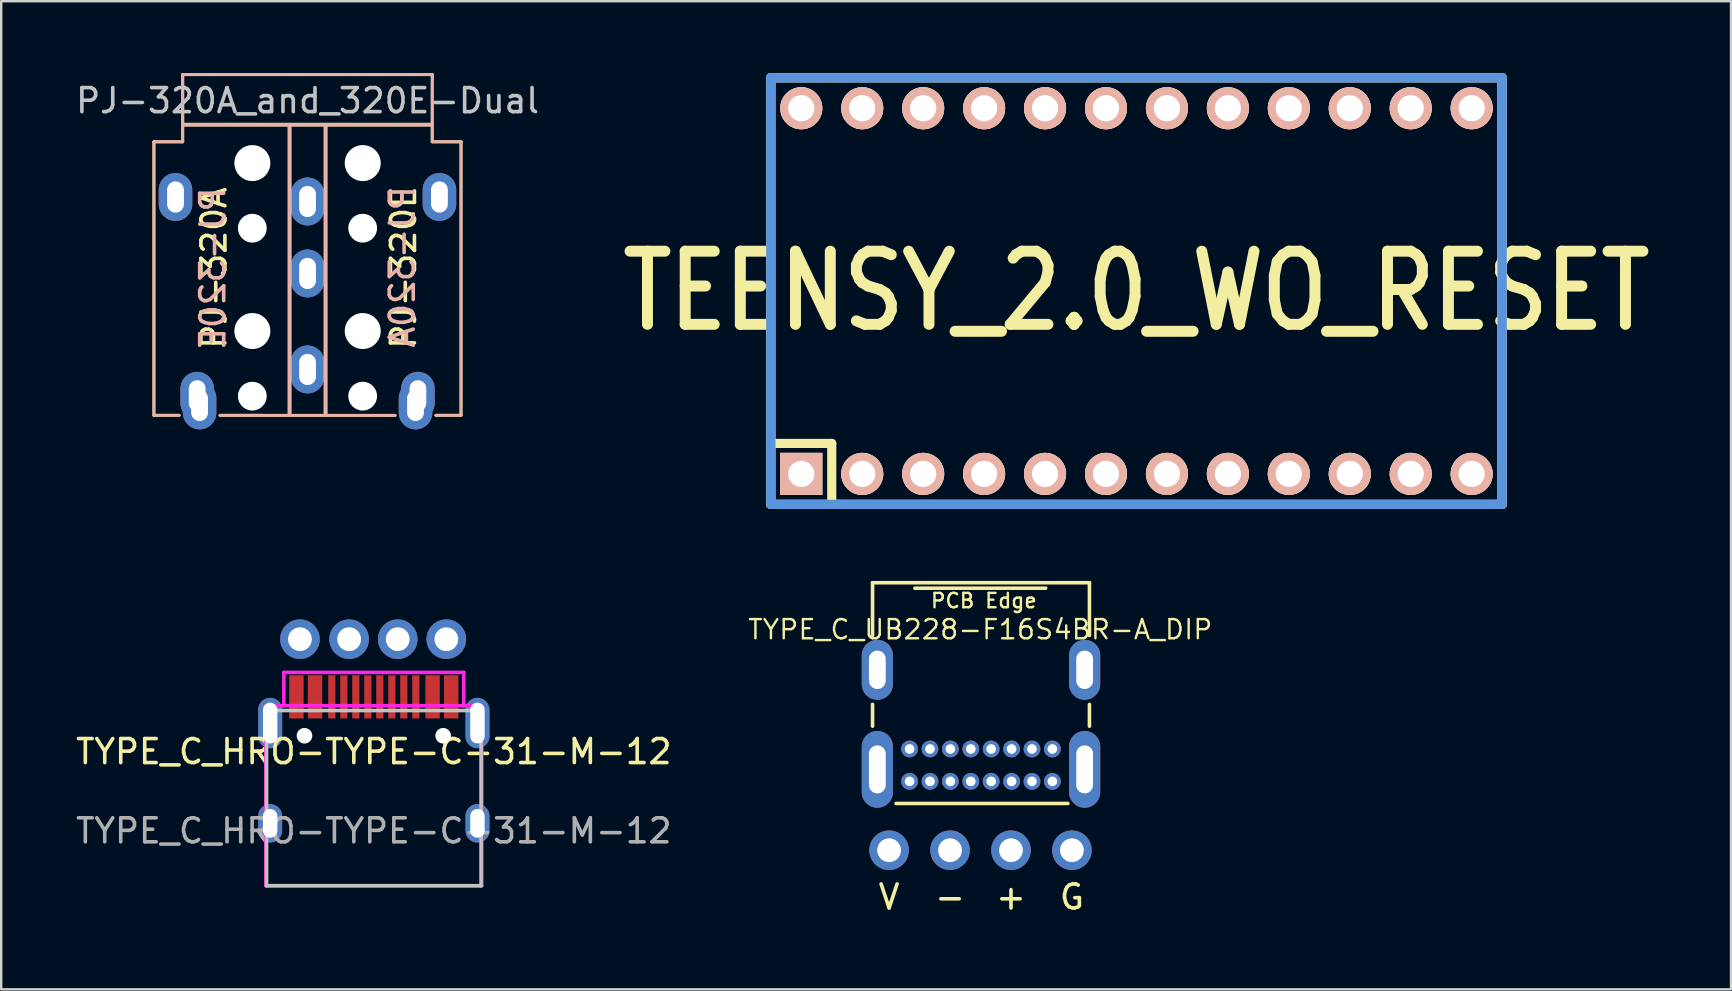
<source format=kicad_pcb>
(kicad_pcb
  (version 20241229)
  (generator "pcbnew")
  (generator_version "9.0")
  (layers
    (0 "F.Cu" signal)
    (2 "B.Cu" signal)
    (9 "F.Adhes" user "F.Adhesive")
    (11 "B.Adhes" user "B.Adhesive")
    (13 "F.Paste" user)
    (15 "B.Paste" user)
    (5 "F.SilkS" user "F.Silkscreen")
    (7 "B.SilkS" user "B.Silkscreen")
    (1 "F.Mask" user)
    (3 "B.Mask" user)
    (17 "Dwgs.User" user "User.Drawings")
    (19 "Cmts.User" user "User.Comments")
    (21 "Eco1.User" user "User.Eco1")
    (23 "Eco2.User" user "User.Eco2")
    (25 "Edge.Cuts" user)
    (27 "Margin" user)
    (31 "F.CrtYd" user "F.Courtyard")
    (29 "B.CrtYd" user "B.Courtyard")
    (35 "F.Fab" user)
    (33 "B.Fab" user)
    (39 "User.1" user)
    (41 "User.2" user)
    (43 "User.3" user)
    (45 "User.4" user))
  (footprint "TYPE_C_UB228-F16S4BR-A_DIP"
    (layer "F.Cu")
    (at 37.806 24.836)
    (property "Reference" "TYPE_C_UB228-F16S4BR-A_DIP" (at 0 -1.65 0) (layer "F.SilkS") (effects (font (size 0.8 0.8) (thickness 0.1))))
    (attr through_hole)
    (fp_line (start -4.49 -3.6) (end -4.49 -1.4) (stroke (width 0.15) (type solid)) (layer "F.SilkS"))
    (fp_line (start -4.49 1.47) (end -4.49 2.38) (stroke (width 0.15) (type solid)) (layer "F.SilkS"))
    (fp_line (start -2.725 -3.37) (end 2.725 -3.37) (stroke (width 0.15) (type solid)) (layer "F.SilkS"))
    (fp_line (start 3.65 5.6) (end -3.51 5.6) (stroke (width 0.15) (type solid)) (layer "F.SilkS"))
    (fp_line (start 4.55 -3.6) (end -4.49 -3.6) (stroke (width 0.15) (type solid)) (layer "F.SilkS"))
    (fp_line (start 4.55 -3.6) (end 4.55 -1.4) (stroke (width 0.15) (type solid)) (layer "F.SilkS"))
    (fp_line (start 4.55 1.47) (end 4.55 2.38) (stroke (width 0.15) (type solid)) (layer "F.SilkS"))
    (fp_text user "V" (at -3.8 9.5 0) (layer "F.SilkS") (effects (font (size 1 1) (thickness 0.15))))
    (fp_text user "G" (at 3.82 9.5 0) (layer "F.SilkS") (effects (font (size 1 1) (thickness 0.15))))
    (fp_text user "PCB Edge" (at 0.15 -2.85 0) (layer "F.SilkS") (effects (font (size 0.6 0.6) (thickness 0.1))))
    (fp_text user "+" (at 1.28 9.5 0) (layer "F.SilkS") (effects (font (size 1 1) (thickness 0.15))))
    (fp_text user "-" (at -1.26 9.5 0) (layer "F.SilkS") (effects (font (size 1 1) (thickness 0.15))))
    (pad "A1" thru_hole circle (at 3.005 4.68) (size 0.7 0.7) (drill 0.4) (layers "*.Cu" "*.Mask"))
    (pad "A1" thru_hole circle (at 3.82 7.55) (size 1.651 1.651) (drill 0.991) (layers "*.Cu" "*.Mask"))
    (pad "A4" thru_hole circle (at 2.155 4.68) (size 0.7 0.7) (drill 0.4) (layers "*.Cu" "*.Mask"))
    (pad "A5" thru_hole circle (at 1.305 4.68) (size 0.7 0.7) (drill 0.4) (layers "*.Cu" "*.Mask"))
    (pad "A6" thru_hole circle (at 0.455 4.68) (size 0.7 0.7) (drill 0.4) (layers "*.Cu" "*.Mask"))
    (pad "A6" thru_hole circle (at 1.28 7.55) (size 1.651 1.651) (drill 0.991) (layers "*.Cu" "*.Mask"))
    (pad "A7" thru_hole circle (at -1.26 7.55) (size 1.651 1.651) (drill 0.991) (layers "*.Cu" "*.Mask"))
    (pad "A7" thru_hole circle (at -0.395 4.68) (size 0.7 0.7) (drill 0.4) (layers "*.Cu" "*.Mask"))
    (pad "A8" thru_hole circle (at -1.245 4.68) (size 0.7 0.7) (drill 0.4) (layers "*.Cu" "*.Mask"))
    (pad "A9" thru_hole circle (at -3.8 7.55) (size 1.651 1.651) (drill 0.991) (layers "*.Cu" "*.Mask"))
    (pad "A9" thru_hole circle (at -2.095 4.68) (size 0.7 0.7) (drill 0.4) (layers "*.Cu" "*.Mask"))
    (pad "A12" thru_hole circle (at -2.945 4.68) (size 0.7 0.7) (drill 0.4) (layers "*.Cu" "*.Mask"))
    (pad "B1" thru_hole circle (at -2.945 3.33) (size 0.7 0.7) (drill 0.4) (layers "*.Cu" "*.Mask"))
    (pad "B4" thru_hole circle (at -2.095 3.33) (size 0.7 0.7) (drill 0.4) (layers "*.Cu" "*.Mask"))
    (pad "B5" thru_hole circle (at -1.245 3.33) (size 0.7 0.7) (drill 0.4) (layers "*.Cu" "*.Mask"))
    (pad "B6" thru_hole circle (at -0.395 3.33) (size 0.7 0.7) (drill 0.4) (layers "*.Cu" "*.Mask"))
    (pad "B7" thru_hole circle (at 0.455 3.33) (size 0.7 0.7) (drill 0.4) (layers "*.Cu" "*.Mask"))
    (pad "B8" thru_hole circle (at 1.305 3.33) (size 0.7 0.7) (drill 0.4) (layers "*.Cu" "*.Mask"))
    (pad "B9" thru_hole circle (at 2.155 3.33) (size 0.7 0.7) (drill 0.4) (layers "*.Cu" "*.Mask"))
    (pad "B12" thru_hole circle (at 3.005 3.33) (size 0.7 0.7) (drill 0.4) (layers "*.Cu" "*.Mask"))
    (pad "S1" thru_hole oval (at -4.29 0.03) (size 1.3 2.5) (drill oval 0.7 1.6) (layers "*.Cu" "*.Mask"))
    (pad "S1" thru_hole oval (at -4.29 4.18) (size 1.3 3.2) (drill oval 0.7 2) (layers "*.Cu" "*.Mask"))
    (pad "S1" thru_hole oval (at 4.35 0.03) (size 1.3 2.5) (drill oval 0.7 1.6) (layers "*.Cu" "*.Mask"))
    (pad "S1" thru_hole oval (at 4.35 4.18) (size 1.3 3.2) (drill oval 0.7 2) (layers "*.Cu" "*.Mask")))
  (footprint "TYPE_C_HRO-TYPE-C-31-M-12"
    (layer "F.Cu")
    (at 12.53 33.865)
    (property "Reference" "TYPE_C_HRO-TYPE-C-31-M-12" (at 0 -5.588 0) (layer "F.SilkS") (effects (font (size 1 1) (thickness 0.15))))
    (attr smd)
    (fp_line (start -4.47 -7.3) (end 4.47 -7.3) (stroke (width 0.15) (type solid)) (layer "Dwgs.User"))
    (fp_line (start -4.47 0) (end -4.47 -7.3) (stroke (width 0.15) (type solid)) (layer "Dwgs.User"))
    (fp_line (start -4.47 0) (end 4.47 0) (stroke (width 0.15) (type solid)) (layer "Dwgs.User"))
    (fp_line (start 4.47 0) (end 4.47 -7.3) (stroke (width 0.15) (type solid)) (layer "Dwgs.User"))
    (fp_line (start -4.5 -7.5) (end 4.5 -7.5) (stroke (width 0.15) (type solid)) (layer "F.CrtYd"))
    (fp_line (start -4.5 0) (end -4.5 -7.5) (stroke (width 0.15) (type solid)) (layer "F.CrtYd"))
    (fp_line (start -3.75 -7.5) (end -3.75 -8.89) (stroke (width 0.15) (type solid)) (layer "F.CrtYd"))
    (fp_line (start -3.747 -8.89) (end 3.753 -8.89) (stroke (width 0.15) (type solid)) (layer "F.CrtYd"))
    (fp_line (start 3.747 -8.89) (end 3.75 -7.5) (stroke (width 0.15) (type solid)) (layer "F.CrtYd"))
    (fp_line (start 4.5 -7.5) (end 4.5 0) (stroke (width 0.15) (type solid)) (layer "F.CrtYd"))
    (fp_line (start 4.5 0) (end -4.5 0) (stroke (width 0.15) (type solid)) (layer "F.CrtYd"))
    (fp_text user "V" (at -3.079 -11.855 0) (layer "Eco2.User") (effects (font (size 1 1) (thickness 0.15))))
    (fp_text user "P" (at 0.997 -11.855 0) (layer "Eco2.User") (effects (font (size 1 1) (thickness 0.15))))
    (fp_text user "N" (at -1.029 -11.855 0) (layer "Eco2.User") (effects (font (size 1 1) (thickness 0.15))))
    (fp_text user "G" (at 3.022 -11.855 0) (layer "Eco2.User") (effects (font (size 1 1) (thickness 0.15))))
    (fp_text user "Top View" (at 0 -4.064 0) (layer "Eco2.User") (effects (font (size 1 1) (thickness 0.15))))
    (fp_text user "${REFERENCE}" (at 0 -2.286 0) (layer "F.Fab") (effects (font (size 1 1) (thickness 0.15))))
    (pad "" np_thru_hole circle (at -2.89 -6.25) (size 0.65 0.65) (drill 0.65) (layers "*.Cu" "*.Mask"))
    (pad "" np_thru_hole circle (at 2.89 -6.25) (size 0.65 0.65) (drill 0.65) (layers "*.Cu" "*.Mask"))
    (pad "1" smd rect (at -3.225 -7.87) (size 0.6 1.8) (layers "F.Cu" "F.Mask" "F.Paste"))
    (pad "2" thru_hole circle (at -3.079 -10.274) (size 1.651 1.651) (drill 0.991) (layers "*.Cu" "*.Mask"))
    (pad "2" smd rect (at -2.45 -7.87) (size 0.6 1.8) (layers "F.Cu" "F.Mask" "F.Paste"))
    (pad "3" smd rect (at -1.75 -7.87) (size 0.3 1.8) (layers "F.Cu" "F.Mask" "F.Paste"))
    (pad "4" smd rect (at -1.25 -7.87) (size 0.3 1.8) (layers "F.Cu" "F.Mask" "F.Paste"))
    (pad "5" thru_hole circle (at -1.029 -10.274) (size 1.651 1.651) (drill 0.991) (layers "*.Cu" "*.Mask"))
    (pad "5" smd custom (at -0.75 -7.87) (size 0.3 1.8) (layers "F.Cu" "F.Mask" "F.Paste") (options (anchor rect)) (primitives))
    (pad "6" smd rect (at -0.25 -7.87) (size 0.3 1.8) (layers "F.Cu" "F.Mask" "F.Paste"))
    (pad "7" smd rect (at 0.25 -7.87) (size 0.3 1.8) (layers "F.Cu" "F.Mask" "F.Paste"))
    (pad "8" smd rect (at 0.75 -7.87) (size 0.3 1.8) (layers "F.Cu" "F.Mask" "F.Paste"))
    (pad "8" thru_hole circle (at 0.997 -10.274) (size 1.651 1.651) (drill 0.991) (layers "*.Cu" "*.Mask"))
    (pad "9" smd rect (at 1.25 -7.87) (size 0.3 1.8) (layers "F.Cu" "F.Mask" "F.Paste"))
    (pad "10" smd rect (at 1.75 -7.87) (size 0.3 1.8) (layers "F.Cu" "F.Mask" "F.Paste"))
    (pad "11" smd rect (at 2.45 -7.87) (size 0.6 1.8) (layers "F.Cu" "F.Mask" "F.Paste"))
    (pad "12" thru_hole circle (at 3.022 -10.274) (size 1.651 1.651) (drill 0.991) (layers "*.Cu" "*.Mask"))
    (pad "12" smd rect (at 3.225 -7.87) (size 0.6 1.8) (layers "F.Cu" "F.Mask" "F.Paste"))
    (pad "13" thru_hole oval (at -4.32 -6.78) (size 1 2.1) (drill oval 0.6 1.7) (layers "*.Cu" "*.Mask"))
    (pad "13" thru_hole oval (at -4.32 -2.6) (size 1 1.6) (drill oval 0.6 1.2) (layers "*.Cu" "*.Mask"))
    (pad "13" thru_hole oval (at 4.32 -6.78) (size 1 2.1) (drill oval 0.6 1.7) (layers "*.Cu" "*.Mask"))
    (pad "13" thru_hole oval (at 4.32 -2.6) (size 1 1.6) (drill oval 0.6 1.2) (layers "*.Cu" "*.Mask")))
  (footprint "PJ-320A_and_320E-Dual"
    (layer "F.Cu")
    (at 9.768 2.147)
    (property "Reference" "PJ-320A_and_320E-Dual" (at 0 -1 0) (layer "Dwgs.User") (effects (font (size 1 1) (thickness 0.15))))
    (attr through_hole)
    (fp_line (start -6.403 0.713) (end -6.403 12.113) (stroke (width 0.12) (type solid)) (layer "F.SilkS"))
    (fp_line (start -6.403 12.113) (end -5.35 12.113) (stroke (width 0.12) (type solid)) (layer "F.SilkS"))
    (fp_line (start -5.203 -2.087) (end 5.197 -2.087) (stroke (width 0.12) (type solid)) (layer "F.SilkS"))
    (fp_line (start -5.203 0.713) (end -6.403 0.713) (stroke (width 0.12) (type solid)) (layer "F.SilkS"))
    (fp_line (start -5.203 0.713) (end -5.203 -2.087) (stroke (width 0.12) (type solid)) (layer "F.SilkS"))
    (fp_line (start -3.65 12.113) (end 3.65 12.116) (stroke (width 0.12) (type solid)) (layer "F.SilkS"))
    (fp_line (start -0.75 0) (end -0.75 12.09) (stroke (width 0.15) (type solid)) (layer "F.SilkS"))
    (fp_line (start 0.75 0) (end 0.75 12.09) (stroke (width 0.15) (type solid)) (layer "F.SilkS"))
    (fp_line (start 5.182 0) (end -5.182 0) (stroke (width 0.15) (type solid)) (layer "F.SilkS"))
    (fp_line (start 5.197 0.713) (end 5.197 -2.087) (stroke (width 0.12) (type solid)) (layer "F.SilkS"))
    (fp_line (start 5.197 0.713) (end 6.397 0.713) (stroke (width 0.12) (type solid)) (layer "F.SilkS"))
    (fp_line (start 6.397 0.713) (end 6.397 12.113) (stroke (width 0.12) (type solid)) (layer "F.SilkS"))
    (fp_line (start 6.397 12.113) (end 5.35 12.113) (stroke (width 0.12) (type solid)) (layer "F.SilkS"))
    (fp_line (start -6.403 0.713) (end -6.403 12.113) (stroke (width 0.12) (type solid)) (layer "B.SilkS"))
    (fp_line (start -6.403 12.113) (end -5.35 12.113) (stroke (width 0.12) (type solid)) (layer "B.SilkS"))
    (fp_line (start -5.203 -2.087) (end 5.197 -2.087) (stroke (width 0.12) (type solid)) (layer "B.SilkS"))
    (fp_line (start -5.203 0.713) (end -6.403 0.713) (stroke (width 0.12) (type solid)) (layer "B.SilkS"))
    (fp_line (start -5.203 0.713) (end -5.203 -2.087) (stroke (width 0.12) (type solid)) (layer "B.SilkS"))
    (fp_line (start -5.182 0) (end 5.182 0) (stroke (width 0.15) (type solid)) (layer "B.SilkS"))
    (fp_line (start -3.65 12.113) (end 3.65 12.116) (stroke (width 0.12) (type solid)) (layer "B.SilkS"))
    (fp_line (start -0.75 0) (end -0.75 12.09) (stroke (width 0.15) (type solid)) (layer "B.SilkS"))
    (fp_line (start 0.75 0) (end 0.75 12.09) (stroke (width 0.15) (type solid)) (layer "B.SilkS"))
    (fp_line (start 5.197 0.713) (end 5.197 -2.087) (stroke (width 0.12) (type solid)) (layer "B.SilkS"))
    (fp_line (start 5.197 0.713) (end 6.397 0.713) (stroke (width 0.12) (type solid)) (layer "B.SilkS"))
    (fp_line (start 6.397 0.713) (end 6.397 12.113) (stroke (width 0.12) (type solid)) (layer "B.SilkS"))
    (fp_line (start 6.397 12.113) (end 5.35 12.113) (stroke (width 0.12) (type solid)) (layer "B.SilkS"))
    (fp_text user "PJ-320A" (at -3.9 5.974 90) (layer "F.SilkS") (effects (font (size 1 1) (thickness 0.15))))
    (fp_text user "PJ-320E" (at 4 5.95 270) (layer "F.SilkS") (effects (font (size 1 1) (thickness 0.15))))
    (fp_text user "PJ-320A" (at 3.95 5.925 270) (layer "B.SilkS") (effects (font (size 1 1) (thickness 0.15)) (justify mirror)))
    (fp_text user "PJ-320E" (at -3.95 6 90) (layer "B.SilkS") (effects (font (size 1 1) (thickness 0.15)) (justify mirror)))
    (pad "" np_thru_hole circle (at -2.303 4.313 90) (size 1.2 1.2) (drill 1.2) (layers "*.Cu" "*.Mask"))
    (pad "" np_thru_hole circle (at -2.303 11.313 90) (size 1.2 1.2) (drill 1.2) (layers "*.Cu" "*.Mask"))
    (pad "" np_thru_hole circle (at -2.3 1.6) (size 1.5 1.5) (drill 1.5) (layers "*.Cu" "*.Mask"))
    (pad "" np_thru_hole circle (at -2.3 8.6) (size 1.5 1.5) (drill 1.5) (layers "*.Cu" "*.Mask"))
    (pad "" np_thru_hole circle (at 2.297 4.313 270) (size 1.2 1.2) (drill 1.2) (layers "*.Cu" "*.Mask"))
    (pad "" np_thru_hole circle (at 2.297 11.313 270) (size 1.2 1.2) (drill 1.2) (layers "*.Cu" "*.Mask"))
    (pad "" np_thru_hole circle (at 2.3 1.6) (size 1.5 1.5) (drill 1.5) (layers "*.Cu" "*.Mask"))
    (pad "" np_thru_hole circle (at 2.3 8.6) (size 1.5 1.5) (drill 1.5) (layers "*.Cu" "*.Mask"))
    (pad "1" thru_hole oval (at -5.503 3.013) (size 1.4 2) (drill oval 0.7 1.3) (layers "*.Cu" "*.Mask"))
    (pad "1" thru_hole oval (at 5.497 3.013) (size 1.4 2) (drill oval 0.7 1.3) (layers "*.Cu" "*.Mask"))
    (pad "2" thru_hole oval (at 0 3.2) (size 1.4 2) (drill oval 0.7 1.3) (layers "*.Cu" "*.Mask"))
    (pad "3" thru_hole oval (at 0 6.2) (size 1.4 2) (drill oval 0.7 1.3) (layers "*.Cu" "*.Mask"))
    (pad "4" thru_hole oval (at 0 10.2) (size 1.4 2) (drill oval 0.7 1.3) (layers "*.Cu" "*.Mask"))
    (pad "5" thru_hole oval (at -4.6 11.3) (size 1.4 2) (drill oval 0.7 1.3) (layers "*.Cu" "*.Mask"))
    (pad "5" thru_hole oval (at -4.5 11.7) (size 1.4 2) (drill oval 0.7 1.3) (layers "*.Cu" "*.Mask"))
    (pad "5" thru_hole oval (at 4.5 11.7) (size 1.4 2) (drill oval 0.7 1.3) (layers "*.Cu" "*.Mask"))
    (pad "5" thru_hole oval (at 4.6 11.3) (size 1.4 2) (drill oval 0.7 1.3) (layers "*.Cu" "*.Mask")))
  (footprint "TEENSY_2.0_WO_RESET"
    (layer "F.Cu")
    (at 44.316 9.081)
    (property "Reference" "TEENSY_2.0_WO_RESET" (at 0 0 0) (layer "F.SilkS") (effects (font (size 3.048 2.54) (thickness 0.457))))
    (attr through_hole)
    (fp_line (start -15.24 -8.89) (end -15.24 8.89) (stroke (width 0.381) (type solid)) (layer "F.SilkS"))
    (fp_line (start -15.24 6.35) (end -12.7 6.35) (stroke (width 0.381) (type solid)) (layer "F.SilkS"))
    (fp_line (start -15.24 8.89) (end 15.24 8.89) (stroke (width 0.381) (type solid)) (layer "F.SilkS"))
    (fp_line (start -12.7 6.35) (end -12.7 8.89) (stroke (width 0.381) (type solid)) (layer "F.SilkS"))
    (fp_line (start 15.24 -8.89) (end -15.24 -8.89) (stroke (width 0.381) (type solid)) (layer "F.SilkS"))
    (fp_line (start 15.24 8.89) (end 15.24 -8.89) (stroke (width 0.381) (type solid)) (layer "F.SilkS"))
    (fp_line (start -15.24 -8.89) (end -15.24 8.89) (stroke (width 0.381) (type solid)) (layer "Dwgs.User"))
    (fp_line (start -15.24 8.89) (end 15.24 8.89) (stroke (width 0.381) (type solid)) (layer "Dwgs.User"))
    (fp_line (start 0 0) (end 0 0) (stroke (width 0.025) (type solid)) (layer "Dwgs.User"))
    (fp_line (start 15.24 -8.89) (end -15.24 -8.89) (stroke (width 0.381) (type solid)) (layer "Dwgs.User"))
    (fp_line (start 15.24 8.89) (end 15.24 -8.89) (stroke (width 0.381) (type solid)) (layer "Dwgs.User"))
    (fp_line (start -15.24 -8.89) (end -15.24 8.89) (stroke (width 0.381) (type solid)) (layer "Cmts.User"))
    (fp_line (start -15.24 8.89) (end 15.24 8.89) (stroke (width 0.381) (type solid)) (layer "Cmts.User"))
    (fp_line (start 15.24 -8.89) (end -15.24 -8.89) (stroke (width 0.381) (type solid)) (layer "Cmts.User"))
    (fp_line (start 15.24 8.89) (end 15.24 -8.89) (stroke (width 0.381) (type solid)) (layer "Cmts.User"))
    (pad "1" thru_hole rect (at -13.97 7.62) (size 1.753 1.753) (drill 1.092) (layers "*.Cu" "*.SilkS" "*.Mask"))
    (pad "2" thru_hole circle (at -11.43 7.62) (size 1.753 1.753) (drill 1.092) (layers "*.Cu" "*.SilkS" "*.Mask"))
    (pad "3" thru_hole circle (at -8.89 7.62) (size 1.753 1.753) (drill 1.092) (layers "*.Cu" "*.SilkS" "*.Mask"))
    (pad "4" thru_hole circle (at -6.35 7.62) (size 1.753 1.753) (drill 1.092) (layers "*.Cu" "*.SilkS" "*.Mask"))
    (pad "5" thru_hole circle (at -3.81 7.62) (size 1.753 1.753) (drill 1.092) (layers "*.Cu" "*.SilkS" "*.Mask"))
    (pad "6" thru_hole circle (at -1.27 7.62) (size 1.753 1.753) (drill 1.092) (layers "*.Cu" "*.SilkS" "*.Mask"))
    (pad "7" thru_hole circle (at 1.27 7.62) (size 1.753 1.753) (drill 1.092) (layers "*.Cu" "*.SilkS" "*.Mask"))
    (pad "8" thru_hole circle (at 3.81 7.62) (size 1.753 1.753) (drill 1.092) (layers "*.Cu" "*.SilkS" "*.Mask"))
    (pad "9" thru_hole circle (at 6.35 7.62) (size 1.753 1.753) (drill 1.092) (layers "*.Cu" "*.SilkS" "*.Mask"))
    (pad "10" thru_hole circle (at 8.89 7.62) (size 1.753 1.753) (drill 1.092) (layers "*.Cu" "*.SilkS" "*.Mask"))
    (pad "11" thru_hole circle (at 11.43 7.62) (size 1.753 1.753) (drill 1.092) (layers "*.Cu" "*.SilkS" "*.Mask"))
    (pad "12" thru_hole circle (at 13.97 7.62) (size 1.753 1.753) (drill 1.092) (layers "*.Cu" "*.SilkS" "*.Mask"))
    (pad "18" thru_hole circle (at 13.97 -7.62) (size 1.753 1.753) (drill 1.09) (layers "*.Cu" "*.SilkS" "*.Mask"))
    (pad "19" thru_hole circle (at 11.43 -7.62) (size 1.753 1.753) (drill 1.092) (layers "*.Cu" "*.SilkS" "*.Mask"))
    (pad "20" thru_hole circle (at 8.89 -7.62) (size 1.753 1.753) (drill 1.092) (layers "*.Cu" "*.SilkS" "*.Mask"))
    (pad "21" thru_hole circle (at 6.35 -7.62) (size 1.753 1.753) (drill 1.092) (layers "*.Cu" "*.SilkS" "*.Mask"))
    (pad "22" thru_hole circle (at 3.81 -7.62) (size 1.753 1.753) (drill 1.092) (layers "*.Cu" "*.SilkS" "*.Mask"))
    (pad "23" thru_hole circle (at 1.27 -7.62) (size 1.753 1.753) (drill 1.092) (layers "*.Cu" "*.SilkS" "*.Mask"))
    (pad "24" thru_hole circle (at -1.27 -7.62) (size 1.753 1.753) (drill 1.092) (layers "*.Cu" "*.SilkS" "*.Mask"))
    (pad "25" thru_hole circle (at -3.81 -7.62) (size 1.753 1.753) (drill 1.092) (layers "*.Cu" "*.SilkS" "*.Mask"))
    (pad "26" thru_hole circle (at -6.35 -7.62) (size 1.753 1.753) (drill 1.092) (layers "*.Cu" "*.SilkS" "*.Mask"))
    (pad "27" thru_hole circle (at -8.89 -7.62) (size 1.753 1.753) (drill 1.092) (layers "*.Cu" "*.SilkS" "*.Mask"))
    (pad "28" thru_hole circle (at -11.43 -7.62) (size 1.753 1.753) (drill 1.092) (layers "*.Cu" "*.SilkS" "*.Mask"))
    (pad "29" thru_hole circle (at -13.97 -7.62) (size 1.753 1.753) (drill 1.092) (layers "*.Cu" "*.SilkS" "*.Mask")))
  (gr_rect
    (start -3 -3)
    (end 69.096 38.184)
    (stroke (width 0.1) (type default))
    (fill no)
    (layer "Edge.Cuts")))
</source>
